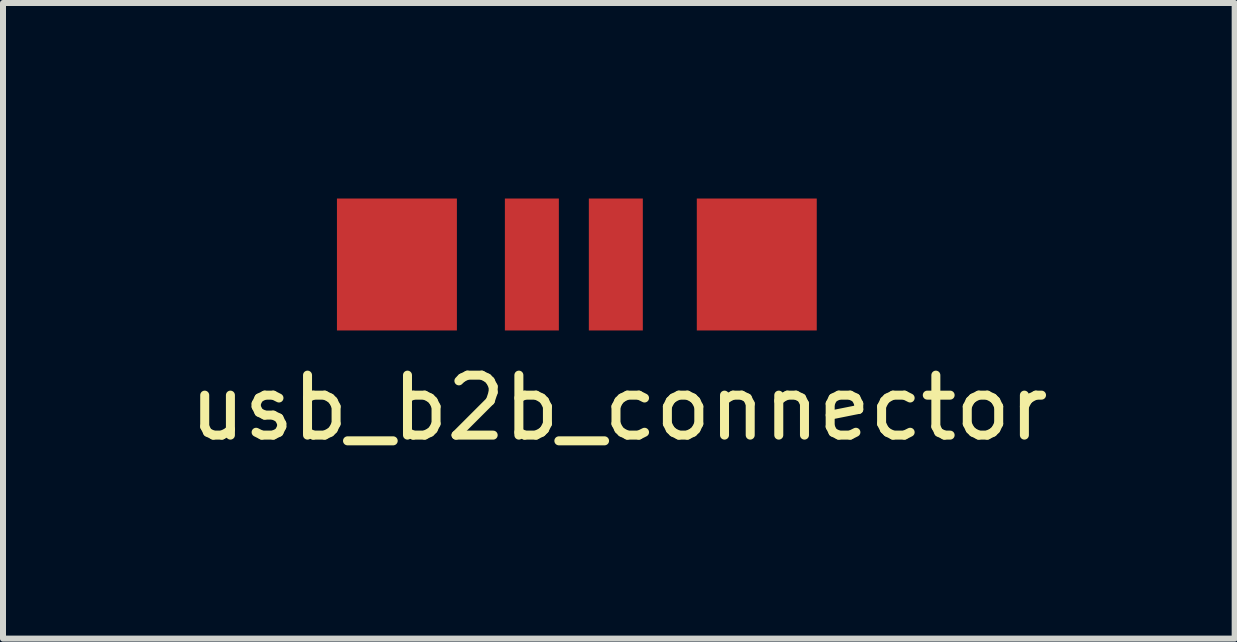
<source format=kicad_pcb>
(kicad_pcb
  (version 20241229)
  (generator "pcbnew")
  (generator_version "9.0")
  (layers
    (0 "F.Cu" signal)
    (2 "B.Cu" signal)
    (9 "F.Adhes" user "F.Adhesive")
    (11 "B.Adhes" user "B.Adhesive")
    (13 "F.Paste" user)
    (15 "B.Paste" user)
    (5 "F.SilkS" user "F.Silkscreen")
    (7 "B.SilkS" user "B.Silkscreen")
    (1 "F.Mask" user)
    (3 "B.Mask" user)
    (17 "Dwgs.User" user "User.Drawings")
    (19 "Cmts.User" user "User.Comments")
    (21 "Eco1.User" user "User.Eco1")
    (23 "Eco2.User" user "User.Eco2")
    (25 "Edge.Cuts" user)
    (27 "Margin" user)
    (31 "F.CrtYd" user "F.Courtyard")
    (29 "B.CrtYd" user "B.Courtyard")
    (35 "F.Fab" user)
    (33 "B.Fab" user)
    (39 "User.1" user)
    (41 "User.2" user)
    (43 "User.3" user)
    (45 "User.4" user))
  (footprint "usb_b2b_connector"
    (layer "F.Cu")
    (at 2.568 0.25)
    (property "Reference" "usb_b2b_connector" (at 4.7 3.5 0) (layer "F.SilkS") (effects (font (size 1 1) (thickness 0.15))))
    (attr through_hole)
    (pad "1" smd rect (at 1 1.11) (size 2 2.2) (layers "F.Cu" "F.Mask" "F.Paste"))
    (pad "2" smd rect (at 3.25 1.11) (size 0.9 2.2) (layers "F.Cu" "F.Mask" "F.Paste"))
    (pad "3" smd rect (at 4.65 1.11) (size 0.9 2.2) (layers "F.Cu" "F.Mask" "F.Paste"))
    (pad "4" smd rect (at 7 1.11) (size 2 2.2) (layers "F.Cu" "F.Mask" "F.Paste")))
  (gr_rect
    (start -3 -3)
    (end 17.536 7.598)
    (stroke (width 0.1) (type default))
    (fill no)
    (layer "Edge.Cuts")))
</source>
